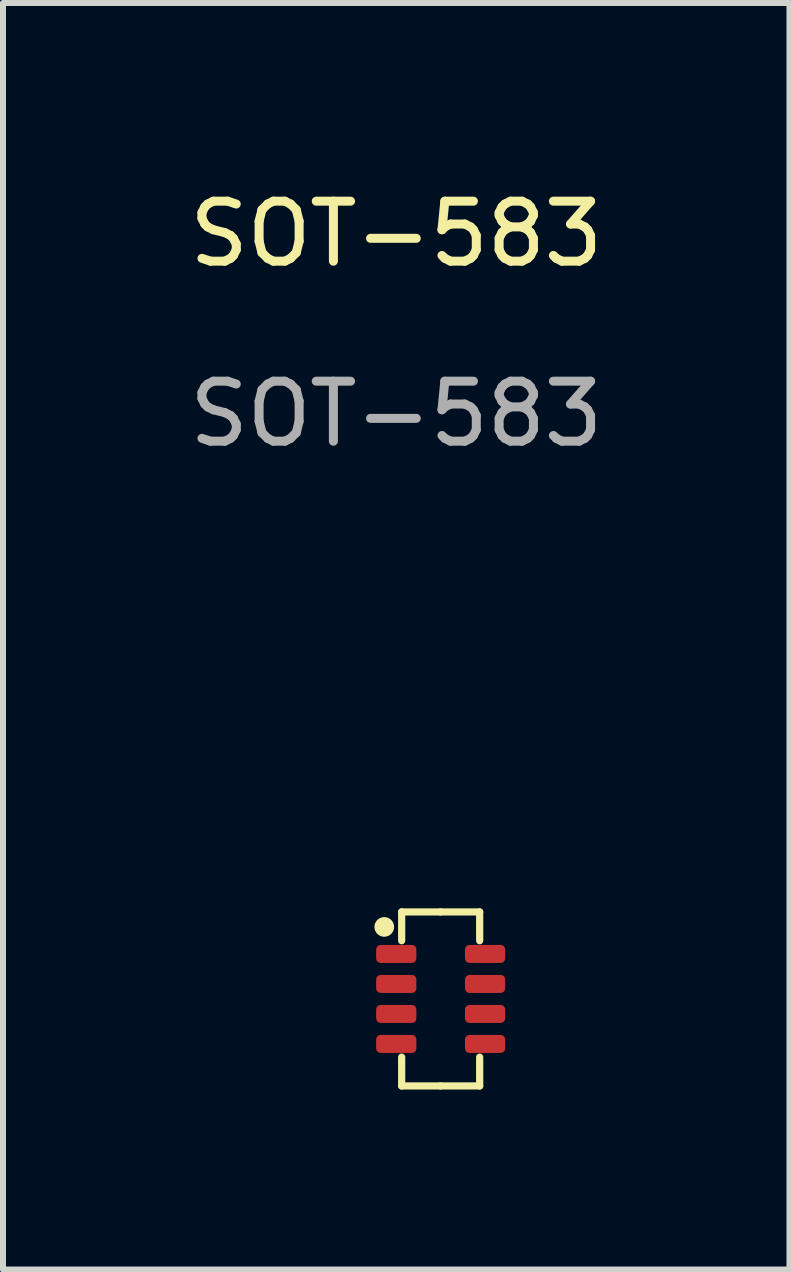
<source format=kicad_pcb>
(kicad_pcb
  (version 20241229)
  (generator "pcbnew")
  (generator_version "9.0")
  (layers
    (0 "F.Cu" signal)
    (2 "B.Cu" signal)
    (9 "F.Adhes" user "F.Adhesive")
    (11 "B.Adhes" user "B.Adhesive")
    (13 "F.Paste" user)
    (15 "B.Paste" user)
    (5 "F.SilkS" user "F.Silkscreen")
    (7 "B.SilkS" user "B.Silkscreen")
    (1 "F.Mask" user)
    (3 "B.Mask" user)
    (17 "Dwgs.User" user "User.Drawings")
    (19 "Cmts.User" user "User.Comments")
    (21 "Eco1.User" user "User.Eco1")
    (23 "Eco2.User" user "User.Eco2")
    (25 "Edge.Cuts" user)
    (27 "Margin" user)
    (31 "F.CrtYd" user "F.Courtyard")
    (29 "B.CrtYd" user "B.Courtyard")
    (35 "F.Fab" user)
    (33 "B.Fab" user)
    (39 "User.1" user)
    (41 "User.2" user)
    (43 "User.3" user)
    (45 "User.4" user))
  (footprint "SOT-583"
    (layer "F.Cu")
    (at 3.554 12.848)
    (property "Reference" "SOT-583" (at 0 -12 0) (unlocked yes) (layer "F.SilkS") (effects (font (size 1 1) (thickness 0.15))))
    (attr smd)
    (fp_line (start 0.09 -0.7) (end 0.09 -0.22) (stroke (width 0.12) (type default)) (layer "F.SilkS"))
    (fp_line (start 0.09 2.2) (end 0.09 1.72) (stroke (width 0.12) (type default)) (layer "F.SilkS"))
    (fp_line (start 0.74 -0.7) (end 0.09 -0.7) (stroke (width 0.12) (type default)) (layer "F.SilkS"))
    (fp_line (start 0.74 -0.7) (end 1.39 -0.7) (stroke (width 0.12) (type default)) (layer "F.SilkS"))
    (fp_line (start 0.74 2.2) (end 0.09 2.2) (stroke (width 0.12) (type default)) (layer "F.SilkS"))
    (fp_line (start 0.74 2.2) (end 1.39 2.2) (stroke (width 0.12) (type default)) (layer "F.SilkS"))
    (fp_line (start 1.39 -0.7) (end 1.39 -0.22) (stroke (width 0.12) (type default)) (layer "F.SilkS"))
    (fp_line (start 1.39 2.2) (end 1.39 1.72) (stroke (width 0.12) (type default)) (layer "F.SilkS"))
    (fp_circle (center -0.2 -0.45) (end -0.096 -0.45) (stroke (width 0.12) (type solid)) (fill yes) (layer "F.SilkS"))
    (fp_text user "${REFERENCE}" (at 0 -9 0) (unlocked yes) (layer "F.Fab") (effects (font (size 1 1) (thickness 0.15))))
    (pad "1" smd roundrect (at 0 0) (size 0.67 0.3) (layers "F.Cu" "F.Mask" "F.Paste") (roundrect_rratio 0.25))
    (pad "2" smd roundrect (at 0 0.5) (size 0.67 0.3) (layers "F.Cu" "F.Mask" "F.Paste") (roundrect_rratio 0.25))
    (pad "3" smd roundrect (at 0 1) (size 0.67 0.3) (layers "F.Cu" "F.Mask" "F.Paste") (roundrect_rratio 0.25))
    (pad "4" smd roundrect (at 0 1.5) (size 0.67 0.3) (layers "F.Cu" "F.Mask" "F.Paste") (roundrect_rratio 0.25))
    (pad "5" smd roundrect (at 1.48 1.5) (size 0.67 0.3) (layers "F.Cu" "F.Mask" "F.Paste") (roundrect_rratio 0.25))
    (pad "6" smd roundrect (at 1.48 1) (size 0.67 0.3) (layers "F.Cu" "F.Mask" "F.Paste") (roundrect_rratio 0.25))
    (pad "7" smd roundrect (at 1.48 0.5) (size 0.67 0.3) (layers "F.Cu" "F.Mask" "F.Paste") (roundrect_rratio 0.25))
    (pad "8" smd roundrect (at 1.48 0) (size 0.67 0.3) (layers "F.Cu" "F.Mask" "F.Paste") (roundrect_rratio 0.25)))
  (gr_rect
    (start -3 -3)
    (end 10.107 18.108)
    (stroke (width 0.1) (type default))
    (fill no)
    (layer "Edge.Cuts")))
</source>
